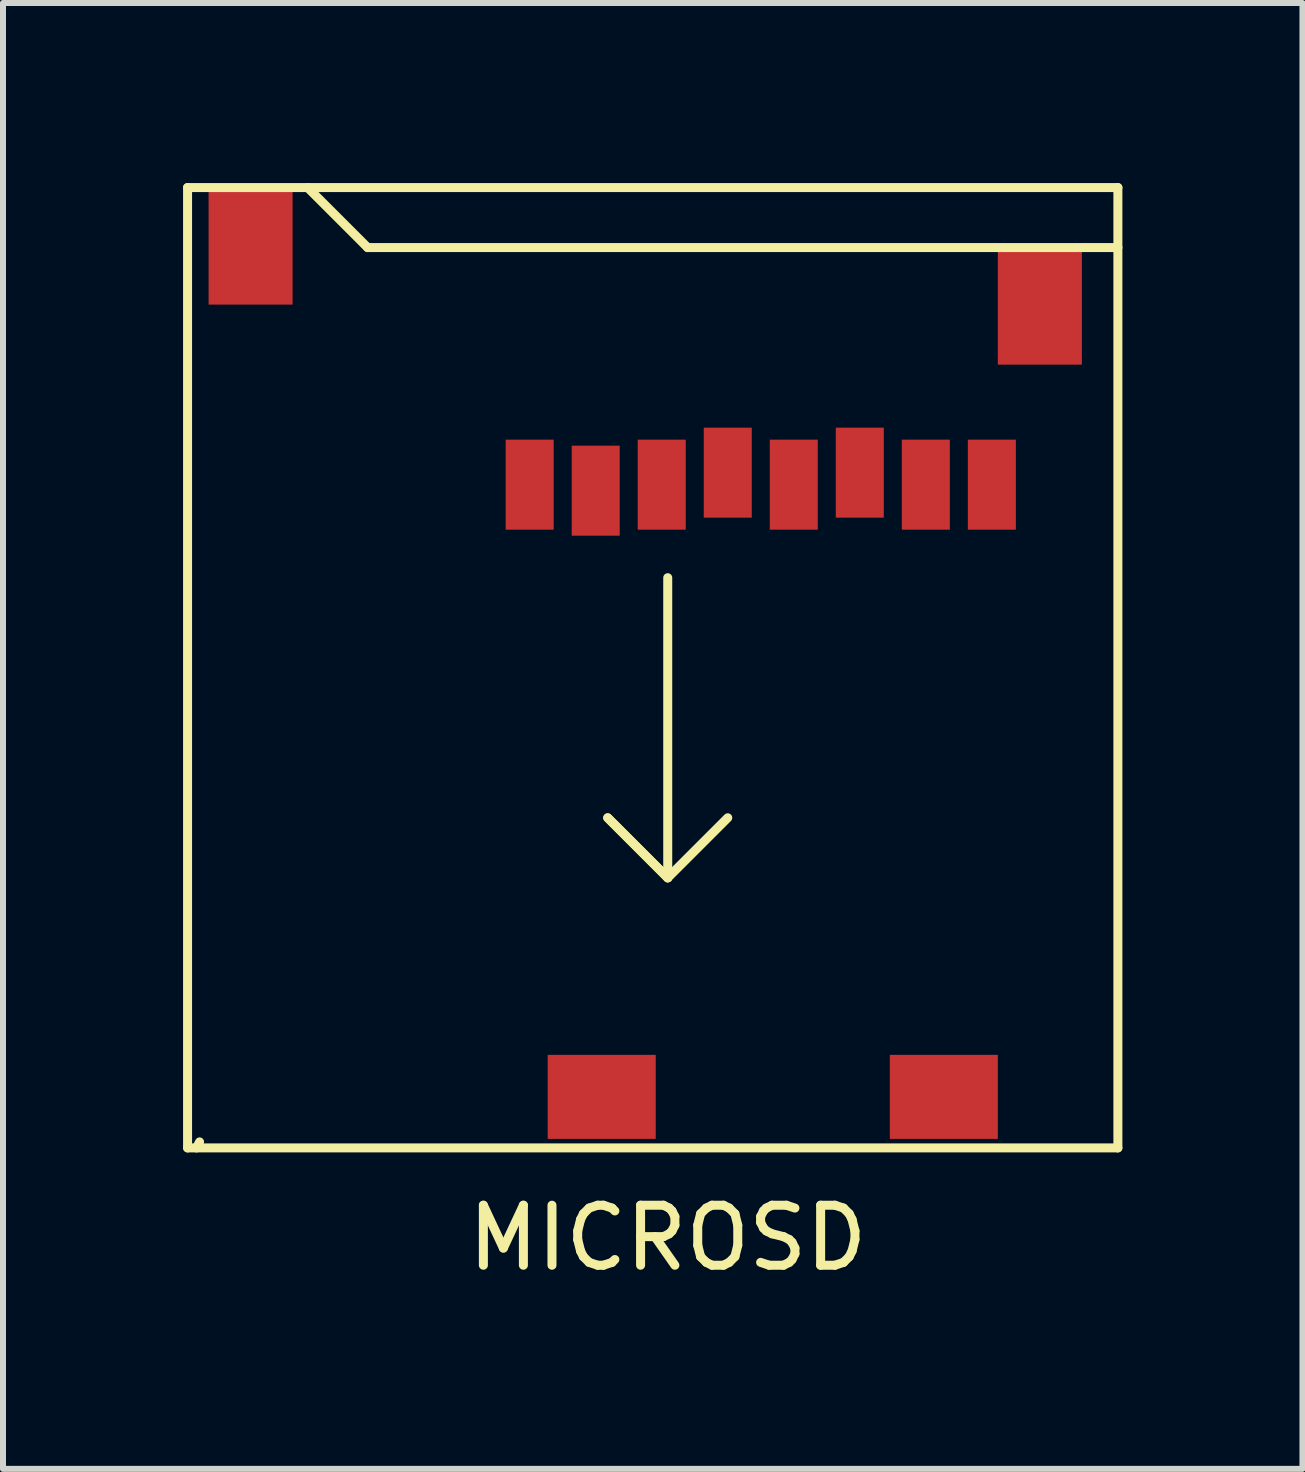
<source format=kicad_pcb>
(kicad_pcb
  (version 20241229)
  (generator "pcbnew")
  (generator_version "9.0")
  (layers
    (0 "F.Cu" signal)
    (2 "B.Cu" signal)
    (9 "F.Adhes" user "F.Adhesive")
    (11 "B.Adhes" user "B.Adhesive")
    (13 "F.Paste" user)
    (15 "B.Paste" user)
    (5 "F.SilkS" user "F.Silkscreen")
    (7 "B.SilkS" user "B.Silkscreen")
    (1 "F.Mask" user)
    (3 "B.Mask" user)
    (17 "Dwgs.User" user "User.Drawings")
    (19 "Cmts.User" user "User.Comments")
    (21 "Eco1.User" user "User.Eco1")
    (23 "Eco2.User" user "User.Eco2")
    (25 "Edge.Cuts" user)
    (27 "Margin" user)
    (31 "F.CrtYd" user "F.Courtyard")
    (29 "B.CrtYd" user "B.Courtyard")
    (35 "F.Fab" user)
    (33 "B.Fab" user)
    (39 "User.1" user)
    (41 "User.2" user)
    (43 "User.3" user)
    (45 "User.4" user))
  (footprint "MICROSD"
    (layer "F.Cu")
    (at 8.075 3.575)
    (property "Reference" "MICROSD" (at 0 14 0) (layer "F.SilkS") (effects (font (size 1 1) (thickness 0.15))))
    (attr through_hole)
    (fp_line (start -8 -3.5) (end 7.5 -3.5) (stroke (width 0.15) (type solid)) (layer "F.SilkS"))
    (fp_line (start -8 12.5) (end -8 -3.5) (stroke (width 0.15) (type solid)) (layer "F.SilkS"))
    (fp_line (start -7.8 12.4) (end -7.85 12.5) (stroke (width 0.15) (type solid)) (layer "F.SilkS"))
    (fp_line (start -5 -2.5) (end -6 -3.5) (stroke (width 0.15) (type solid)) (layer "F.SilkS"))
    (fp_line (start -1 7) (end 0 8) (stroke (width 0.15) (type solid)) (layer "F.SilkS"))
    (fp_line (start 0 3) (end 0 8) (stroke (width 0.15) (type solid)) (layer "F.SilkS"))
    (fp_line (start 0 8) (end -1 7) (stroke (width 0.15) (type solid)) (layer "F.SilkS"))
    (fp_line (start 0 8) (end 1 7) (stroke (width 0.15) (type solid)) (layer "F.SilkS"))
    (fp_line (start 7.5 -3.5) (end 7.5 12.5) (stroke (width 0.15) (type solid)) (layer "F.SilkS"))
    (fp_line (start 7.5 -2.5) (end -5 -2.5) (stroke (width 0.15) (type solid)) (layer "F.SilkS"))
    (fp_line (start 7.5 12.5) (end -8 12.5) (stroke (width 0.15) (type solid)) (layer "F.SilkS"))
    (pad "1" smd rect (at -2.3 1.45) (size 0.8 1.5) (layers "F.Cu" "F.Mask" "F.Paste"))
    (pad "2" smd rect (at -1.2 1.55) (size 0.8 1.5) (layers "F.Cu" "F.Mask" "F.Paste"))
    (pad "3" smd rect (at -0.1 1.45) (size 0.8 1.5) (layers "F.Cu" "F.Mask" "F.Paste"))
    (pad "4" smd rect (at 1 1.25) (size 0.8 1.5) (layers "F.Cu" "F.Mask" "F.Paste"))
    (pad "5" smd rect (at 2.1 1.45) (size 0.8 1.5) (layers "F.Cu" "F.Mask" "F.Paste"))
    (pad "6" smd rect (at 3.2 1.25) (size 0.8 1.5) (layers "F.Cu" "F.Mask" "F.Paste"))
    (pad "7" smd rect (at 4.3 1.45) (size 0.8 1.5) (layers "F.Cu" "F.Mask" "F.Paste"))
    (pad "8" smd rect (at 5.4 1.45) (size 0.8 1.5) (layers "F.Cu" "F.Mask" "F.Paste"))
    (pad "9" smd rect (at -6.95 -2.5) (size 1.4 1.9) (layers "F.Cu" "F.Mask" "F.Paste"))
    (pad "9" smd rect (at 6.2 -1.5) (size 1.4 1.9) (layers "F.Cu" "F.Mask" "F.Paste"))
    (pad "10" smd rect (at -1.1 11.65) (size 1.8 1.4) (layers "F.Cu" "F.Mask" "F.Paste"))
    (pad "11" smd rect (at 4.6 11.65) (size 1.8 1.4) (layers "F.Cu" "F.Mask" "F.Paste")))
  (gr_rect
    (start -3 -3)
    (end 18.65 21.423)
    (stroke (width 0.1) (type default))
    (fill no)
    (layer "Edge.Cuts")))
</source>
